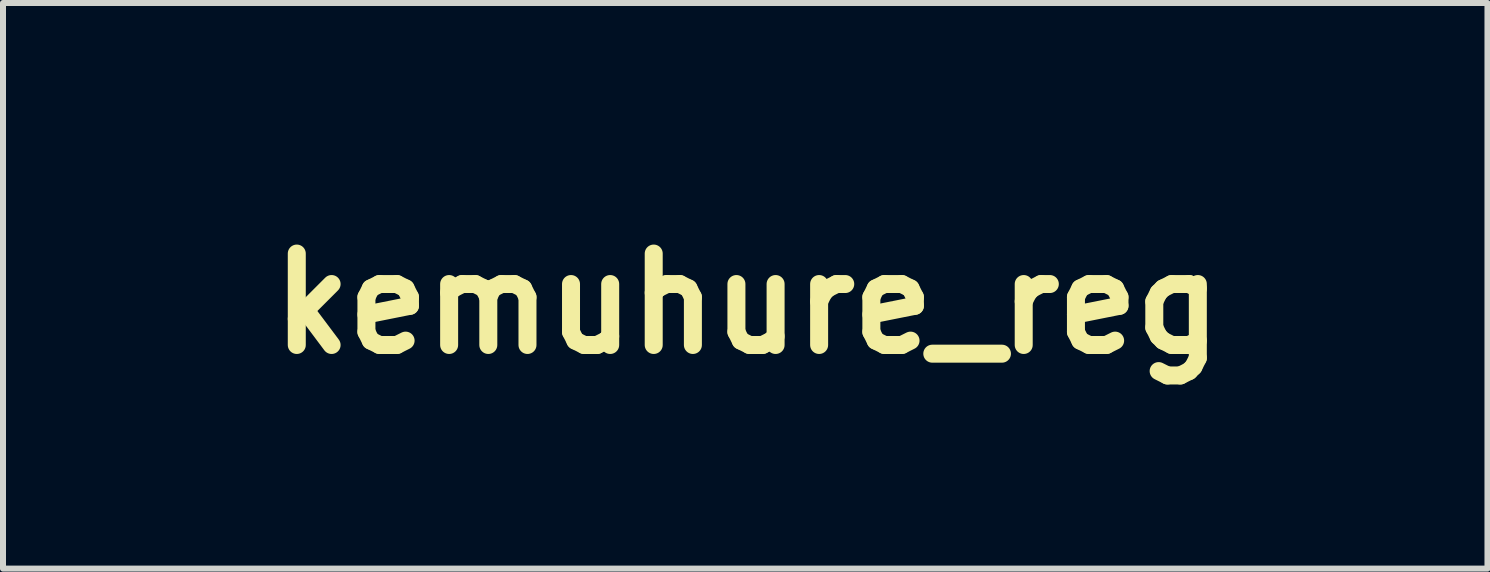
<source format=kicad_pcb>
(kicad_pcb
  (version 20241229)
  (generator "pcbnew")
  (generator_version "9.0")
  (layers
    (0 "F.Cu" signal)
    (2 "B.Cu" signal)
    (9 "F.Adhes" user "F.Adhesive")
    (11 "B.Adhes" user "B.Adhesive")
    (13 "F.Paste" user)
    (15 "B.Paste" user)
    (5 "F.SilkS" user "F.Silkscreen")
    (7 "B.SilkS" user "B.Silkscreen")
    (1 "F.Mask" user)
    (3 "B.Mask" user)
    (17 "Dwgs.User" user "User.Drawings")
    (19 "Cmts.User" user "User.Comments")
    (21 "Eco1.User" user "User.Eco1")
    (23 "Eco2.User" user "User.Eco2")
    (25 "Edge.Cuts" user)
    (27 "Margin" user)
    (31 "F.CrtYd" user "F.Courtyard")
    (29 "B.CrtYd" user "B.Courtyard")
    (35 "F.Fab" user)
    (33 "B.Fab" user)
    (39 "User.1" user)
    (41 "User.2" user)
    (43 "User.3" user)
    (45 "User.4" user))
  (footprint "kemuhure_reg"
    (layer "F.Cu")
    (at 9.409 2.012)
    (property "Reference" "kemuhure_reg" (at 0 0 0) (layer "F.SilkS") (effects (font (size 1.524 1.524) (thickness 0.3))))
    (attr through_hole)
    (fp_poly (pts (xy -3.818 -0.931) (xy -3.815 -0.901) (xy -3.818 -0.897) (xy -3.834 -0.901) (xy -3.835 -0.914) (xy -3.826 -0.935) (xy -3.818 -0.931)) (stroke (width 0.01) (type solid)) (fill yes) (layer "F.Mask"))
    (fp_poly (pts (xy -2.921 -0.813) (xy -2.616 -0.813) (xy -2.616 -0.527) (xy -2.614 -0.401) (xy -2.611 -0.284) (xy -2.605 -0.191) (xy -2.6 -0.146) (xy -2.584 -0.051) (xy -3.658 -0.051) (xy -3.658 -1.854) (xy -2.921 -1.854) (xy -2.921 -0.813)) (stroke (width 0.01) (type solid)) (fill yes) (layer "F.Mask"))
    (fp_poly (pts (xy -8.638 -1.52) (xy -8.582 -1.517) (xy -8.568 -1.515) (xy -8.565 -1.488) (xy -8.563 -1.419) (xy -8.563 -1.32) (xy -8.565 -1.2) (xy -8.565 -1.188) (xy -8.572 -0.871) (xy -8.988 -1.191) (xy -9.404 -1.511) (xy -8.991 -1.518) (xy -8.852 -1.52) (xy -8.731 -1.52) (xy -8.638 -1.52)) (stroke (width 0.01) (type solid)) (fill yes) (layer "F.Mask"))
    (fp_poly (pts (xy -7.061 -1.676) (xy -6.896 -1.676) (xy -6.812 -1.675) (xy -6.753 -1.67) (xy -6.731 -1.664) (xy -6.745 -1.64) (xy -6.783 -1.584) (xy -6.839 -1.505) (xy -6.883 -1.444) (xy -6.953 -1.348) (xy -6.997 -1.278) (xy -7.022 -1.222) (xy -7.034 -1.166) (xy -7.039 -1.095) (xy -7.039 -1.069) (xy -7.041 -0.994) (xy -7.044 -0.879) (xy -7.047 -0.733) (xy -7.052 -0.566) (xy -7.056 -0.388) (xy -7.058 -0.312) (xy -7.074 0.278) (xy -8.051 -0.47) (xy -8.052 -1.041) (xy -8.357 -1.041) (xy -8.357 -1.626) (xy -8.077 -1.626) (xy -8.077 -2.007) (xy -7.061 -2.007) (xy -7.061 -1.676)) (stroke (width 0.01) (type solid)) (fill yes) (layer "F.Mask"))
    (fp_poly (pts (xy -1.372 -1.854) (xy -1.372 -0.908) (xy -1.373 0.038) (xy -1.798 0.5) (xy -1.916 0.627) (xy -2.023 0.741) (xy -2.115 0.836) (xy -2.187 0.908) (xy -2.233 0.952) (xy -2.248 0.962) (xy -2.273 0.945) (xy -2.324 0.895) (xy -2.396 0.82) (xy -2.483 0.725) (xy -2.539 0.662) (xy -2.63 0.558) (xy -2.709 0.466) (xy -2.77 0.394) (xy -2.806 0.348) (xy -2.813 0.336) (xy -2.798 0.311) (xy -2.752 0.258) (xy -2.68 0.182) (xy -2.588 0.09) (xy -2.497 0.002) (xy -2.172 -0.307) (xy -2.163 -1.081) (xy -2.154 -1.854) (xy -1.763 -1.854) (xy -1.372 -1.854)) (stroke (width 0.01) (type solid)) (fill yes) (layer "F.Mask"))
    (fp_poly (pts (xy 0.251 -1.803) (xy 0.486 -1.802) (xy 0.701 -1.801) (xy 0.889 -1.8) (xy 1.048 -1.798) (xy 1.171 -1.796) (xy 1.254 -1.793) (xy 1.293 -1.791) (xy 1.295 -1.79) (xy 1.28 -1.767) (xy 1.238 -1.713) (xy 1.176 -1.637) (xy 1.105 -1.553) (xy 0.914 -1.329) (xy 0.914 -1.026) (xy 0.913 -0.902) (xy 0.909 -0.793) (xy 0.904 -0.71) (xy 0.899 -0.669) (xy 0.889 -0.648) (xy 0.865 -0.629) (xy 0.822 -0.609) (xy 0.752 -0.586) (xy 0.65 -0.557) (xy 0.508 -0.521) (xy 0.41 -0.497) (xy 0.26 -0.461) (xy 0.124 -0.429) (xy 0.012 -0.404) (xy -0.068 -0.387) (xy -0.107 -0.381) (xy -0.108 -0.381) (xy -0.126 -0.385) (xy -0.138 -0.404) (xy -0.146 -0.444) (xy -0.15 -0.514) (xy -0.152 -0.621) (xy -0.152 -0.722) (xy -0.152 -1.063) (xy -0.724 -1.048) (xy -1.295 -1.034) (xy -1.295 -1.803) (xy 0 -1.803) (xy 0.251 -1.803)) (stroke (width 0.01) (type solid)) (fill yes) (layer "F.Mask"))
    (fp_poly (pts (xy 7.315 -0.496) (xy 7.374 -0.491) (xy 7.47 -0.484) (xy 7.592 -0.477) (xy 7.727 -0.47) (xy 7.749 -0.469) (xy 8.095 -0.452) (xy 8.083 -0.269) (xy 8.09 -0.091) (xy 8.133 0.054) (xy 8.21 0.165) (xy 8.319 0.239) (xy 8.457 0.273) (xy 8.605 0.267) (xy 8.723 0.226) (xy 8.817 0.149) (xy 8.883 0.047) (xy 8.912 -0.07) (xy 8.899 -0.19) (xy 8.892 -0.21) (xy 8.852 -0.278) (xy 8.807 -0.3) (xy 8.763 -0.282) (xy 8.73 -0.226) (xy 8.713 -0.137) (xy 8.712 -0.113) (xy 8.698 -0.019) (xy 8.651 0.044) (xy 8.564 0.082) (xy 8.528 0.09) (xy 8.423 0.089) (xy 8.342 0.043) (xy 8.286 -0.047) (xy 8.28 -0.066) (xy 8.266 -0.136) (xy 8.261 -0.224) (xy 8.263 -0.314) (xy 8.274 -0.387) (xy 8.289 -0.424) (xy 8.321 -0.429) (xy 8.393 -0.43) (xy 8.497 -0.428) (xy 8.623 -0.423) (xy 8.761 -0.415) (xy 8.901 -0.405) (xy 9.034 -0.394) (xy 9.15 -0.383) (xy 9.241 -0.372) (xy 9.295 -0.361) (xy 9.305 -0.357) (xy 9.32 -0.316) (xy 9.33 -0.233) (xy 9.334 -0.117) (xy 9.334 -0.094) (xy 9.331 0.03) (xy 9.322 0.119) (xy 9.304 0.187) (xy 9.279 0.241) (xy 9.168 0.399) (xy 9.027 0.517) (xy 8.857 0.594) (xy 8.66 0.629) (xy 8.438 0.622) (xy 8.367 0.612) (xy 8.15 0.555) (xy 7.968 0.462) (xy 7.818 0.333) (xy 7.814 0.329) (xy 7.754 0.265) (xy 7.705 0.22) (xy 7.68 0.203) (xy 7.655 0.221) (xy 7.604 0.269) (xy 7.532 0.342) (xy 7.446 0.431) (xy 7.421 0.457) (xy 7.334 0.55) (xy 7.258 0.627) (xy 7.201 0.683) (xy 7.17 0.71) (xy 7.167 0.711) (xy 7.144 0.694) (xy 7.092 0.647) (xy 7.017 0.575) (xy 6.925 0.486) (xy 6.86 0.421) (xy 6.571 0.131) (xy 6.898 -0.188) (xy 7.016 -0.302) (xy 7.104 -0.385) (xy 7.168 -0.441) (xy 7.215 -0.476) (xy 7.251 -0.493) (xy 7.283 -0.498) (xy 7.315 -0.496)) (stroke (width 0.01) (type solid)) (fill yes) (layer "F.Mask")))
  (gr_rect
    (start -3 -3)
    (end 21.749 6.43)
    (stroke (width 0.1) (type default))
    (fill no)
    (layer "Edge.Cuts")))
</source>
